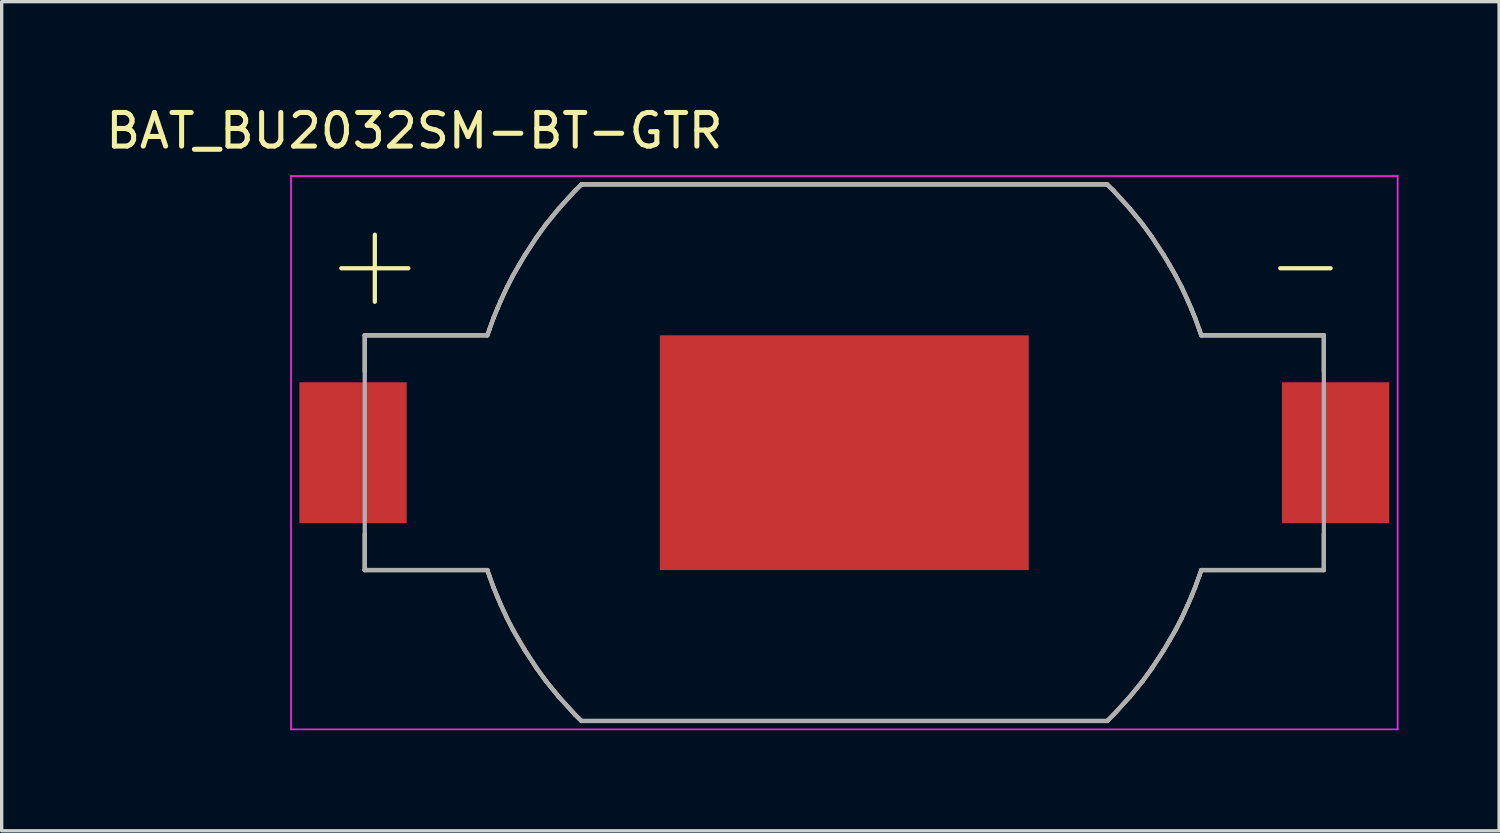
<source format=kicad_pcb>
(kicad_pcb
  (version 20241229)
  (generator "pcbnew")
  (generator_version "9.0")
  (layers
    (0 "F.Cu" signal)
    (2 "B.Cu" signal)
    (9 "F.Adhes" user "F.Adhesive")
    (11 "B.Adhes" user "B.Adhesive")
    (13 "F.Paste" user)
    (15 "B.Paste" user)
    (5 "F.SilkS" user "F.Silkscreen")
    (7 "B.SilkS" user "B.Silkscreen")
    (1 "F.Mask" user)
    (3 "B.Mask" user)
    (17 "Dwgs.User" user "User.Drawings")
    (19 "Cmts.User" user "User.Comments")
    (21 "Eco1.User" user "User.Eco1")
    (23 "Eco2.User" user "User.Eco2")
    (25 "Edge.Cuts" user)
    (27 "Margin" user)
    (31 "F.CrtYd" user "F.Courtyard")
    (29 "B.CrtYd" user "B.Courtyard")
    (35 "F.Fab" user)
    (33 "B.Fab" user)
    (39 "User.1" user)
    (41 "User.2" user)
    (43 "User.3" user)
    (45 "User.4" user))
  (footprint "BAT_BU2032SM-BT-GTR"
    (layer "F.Cu")
    (at 22.127 10.449)
    (property "Reference" "BAT_BU2032SM-BT-GTR" (at -12.819 -9.599 0) (layer "F.SilkS") (effects (font (size 1.002 1.002) (thickness 0.15))))
    (attr through_hole)
    (fp_poly (pts (xy -5.5 -3.5) (xy 5.5 -3.5) (xy 5.5 3.5) (xy -5.5 3.5)) (stroke (width 0.0001) (type solid)) (fill yes) (layer "F.Cu"))
    (fp_poly (pts (xy -5.6 -3.6) (xy 5.6 -3.6) (xy 5.6 3.6) (xy -5.6 3.6)) (stroke (width 0.0001) (type solid)) (fill yes) (layer "F.Mask"))
    (fp_line (start -15 -5.5) (end -13 -5.5) (stroke (width 0.127) (type solid)) (layer "F.SilkS"))
    (fp_line (start -14.3 -3.5) (end -10.645 -3.5) (stroke (width 0.127) (type solid)) (layer "F.SilkS"))
    (fp_line (start -14.3 -2.42) (end -14.3 -3.5) (stroke (width 0.127) (type solid)) (layer "F.SilkS"))
    (fp_line (start -14.3 2.42) (end -14.3 3.5) (stroke (width 0.127) (type solid)) (layer "F.SilkS"))
    (fp_line (start -14.3 3.5) (end -10.645 3.5) (stroke (width 0.127) (type solid)) (layer "F.SilkS"))
    (fp_line (start -14 -6.5) (end -14 -4.5) (stroke (width 0.127) (type solid)) (layer "F.SilkS"))
    (fp_line (start -10.645 -3.5) (end -10.581 -3.681) (stroke (width 0.127) (type solid)) (layer "F.SilkS"))
    (fp_line (start -10.645 3.5) (end -10.581 3.681) (stroke (width 0.127) (type solid)) (layer "F.SilkS"))
    (fp_line (start -10.581 -3.681) (end -10.458 -4.024) (stroke (width 0.127) (type solid)) (layer "F.SilkS"))
    (fp_line (start -10.581 3.681) (end -10.458 4.024) (stroke (width 0.127) (type solid)) (layer "F.SilkS"))
    (fp_line (start -10.458 -4.024) (end -10.35 -4.287) (stroke (width 0.127) (type solid)) (layer "F.SilkS"))
    (fp_line (start -10.458 4.024) (end -10.35 4.287) (stroke (width 0.127) (type solid)) (layer "F.SilkS"))
    (fp_line (start -10.35 -4.287) (end -10.242 -4.538) (stroke (width 0.127) (type solid)) (layer "F.SilkS"))
    (fp_line (start -10.35 4.287) (end -10.242 4.538) (stroke (width 0.127) (type solid)) (layer "F.SilkS"))
    (fp_line (start -10.242 -4.538) (end -10.058 -4.937) (stroke (width 0.127) (type solid)) (layer "F.SilkS"))
    (fp_line (start -10.242 4.538) (end -10.058 4.937) (stroke (width 0.127) (type solid)) (layer "F.SilkS"))
    (fp_line (start -10.058 -4.937) (end -9.88 -5.282) (stroke (width 0.127) (type solid)) (layer "F.SilkS"))
    (fp_line (start -10.058 4.937) (end -9.88 5.282) (stroke (width 0.127) (type solid)) (layer "F.SilkS"))
    (fp_line (start -9.88 -5.282) (end -9.7 -5.594) (stroke (width 0.127) (type solid)) (layer "F.SilkS"))
    (fp_line (start -9.88 5.282) (end -9.7 5.594) (stroke (width 0.127) (type solid)) (layer "F.SilkS"))
    (fp_line (start -9.7 -5.594) (end -9.524 -5.892) (stroke (width 0.127) (type solid)) (layer "F.SilkS"))
    (fp_line (start -9.7 5.594) (end -9.524 5.892) (stroke (width 0.127) (type solid)) (layer "F.SilkS"))
    (fp_line (start -9.524 -5.892) (end -9.168 -6.436) (stroke (width 0.127) (type solid)) (layer "F.SilkS"))
    (fp_line (start -9.524 5.892) (end -9.168 6.436) (stroke (width 0.127) (type solid)) (layer "F.SilkS"))
    (fp_line (start -9.168 -6.436) (end -8.897 -6.809) (stroke (width 0.127) (type solid)) (layer "F.SilkS"))
    (fp_line (start -9.168 6.436) (end -8.897 6.809) (stroke (width 0.127) (type solid)) (layer "F.SilkS"))
    (fp_line (start -8.897 -6.809) (end -8.516 -7.277) (stroke (width 0.127) (type solid)) (layer "F.SilkS"))
    (fp_line (start -8.897 6.809) (end -8.516 7.277) (stroke (width 0.127) (type solid)) (layer "F.SilkS"))
    (fp_line (start -8.516 -7.277) (end -8.022 -7.82) (stroke (width 0.127) (type solid)) (layer "F.SilkS"))
    (fp_line (start -8.516 7.277) (end -8.022 7.82) (stroke (width 0.127) (type solid)) (layer "F.SilkS"))
    (fp_line (start -8.022 -7.82) (end -7.838 -8) (stroke (width 0.127) (type solid)) (layer "F.SilkS"))
    (fp_line (start -8.022 7.82) (end -7.838 8) (stroke (width 0.127) (type solid)) (layer "F.SilkS"))
    (fp_line (start -7.835 -8) (end 7.835 -8) (stroke (width 0.127) (type solid)) (layer "F.SilkS"))
    (fp_line (start -7.835 8) (end 7.835 8) (stroke (width 0.127) (type solid)) (layer "F.SilkS"))
    (fp_line (start 8.022 -7.82) (end 7.838 -8) (stroke (width 0.127) (type solid)) (layer "F.SilkS"))
    (fp_line (start 8.022 7.82) (end 7.838 8) (stroke (width 0.127) (type solid)) (layer "F.SilkS"))
    (fp_line (start 8.516 -7.277) (end 8.022 -7.82) (stroke (width 0.127) (type solid)) (layer "F.SilkS"))
    (fp_line (start 8.516 7.277) (end 8.022 7.82) (stroke (width 0.127) (type solid)) (layer "F.SilkS"))
    (fp_line (start 8.897 -6.809) (end 8.516 -7.277) (stroke (width 0.127) (type solid)) (layer "F.SilkS"))
    (fp_line (start 8.897 6.809) (end 8.516 7.277) (stroke (width 0.127) (type solid)) (layer "F.SilkS"))
    (fp_line (start 9.168 -6.436) (end 8.897 -6.809) (stroke (width 0.127) (type solid)) (layer "F.SilkS"))
    (fp_line (start 9.168 6.436) (end 8.897 6.809) (stroke (width 0.127) (type solid)) (layer "F.SilkS"))
    (fp_line (start 9.524 -5.892) (end 9.168 -6.436) (stroke (width 0.127) (type solid)) (layer "F.SilkS"))
    (fp_line (start 9.524 5.892) (end 9.168 6.436) (stroke (width 0.127) (type solid)) (layer "F.SilkS"))
    (fp_line (start 9.7 -5.594) (end 9.524 -5.892) (stroke (width 0.127) (type solid)) (layer "F.SilkS"))
    (fp_line (start 9.7 5.594) (end 9.524 5.892) (stroke (width 0.127) (type solid)) (layer "F.SilkS"))
    (fp_line (start 9.88 -5.282) (end 9.7 -5.594) (stroke (width 0.127) (type solid)) (layer "F.SilkS"))
    (fp_line (start 9.88 5.282) (end 9.7 5.594) (stroke (width 0.127) (type solid)) (layer "F.SilkS"))
    (fp_line (start 10.058 -4.937) (end 9.88 -5.282) (stroke (width 0.127) (type solid)) (layer "F.SilkS"))
    (fp_line (start 10.058 4.937) (end 9.88 5.282) (stroke (width 0.127) (type solid)) (layer "F.SilkS"))
    (fp_line (start 10.242 -4.538) (end 10.058 -4.937) (stroke (width 0.127) (type solid)) (layer "F.SilkS"))
    (fp_line (start 10.242 4.538) (end 10.058 4.937) (stroke (width 0.127) (type solid)) (layer "F.SilkS"))
    (fp_line (start 10.35 -4.287) (end 10.242 -4.538) (stroke (width 0.127) (type solid)) (layer "F.SilkS"))
    (fp_line (start 10.35 4.287) (end 10.242 4.538) (stroke (width 0.127) (type solid)) (layer "F.SilkS"))
    (fp_line (start 10.458 -4.024) (end 10.35 -4.287) (stroke (width 0.127) (type solid)) (layer "F.SilkS"))
    (fp_line (start 10.458 4.024) (end 10.35 4.287) (stroke (width 0.127) (type solid)) (layer "F.SilkS"))
    (fp_line (start 10.581 -3.681) (end 10.458 -4.024) (stroke (width 0.127) (type solid)) (layer "F.SilkS"))
    (fp_line (start 10.581 3.681) (end 10.458 4.024) (stroke (width 0.127) (type solid)) (layer "F.SilkS"))
    (fp_line (start 10.645 -3.5) (end 10.581 -3.681) (stroke (width 0.127) (type solid)) (layer "F.SilkS"))
    (fp_line (start 10.645 3.5) (end 10.581 3.681) (stroke (width 0.127) (type solid)) (layer "F.SilkS"))
    (fp_line (start 13 -5.5) (end 14.5 -5.5) (stroke (width 0.127) (type solid)) (layer "F.SilkS"))
    (fp_line (start 14.3 -3.5) (end 10.645 -3.5) (stroke (width 0.127) (type solid)) (layer "F.SilkS"))
    (fp_line (start 14.3 -2.42) (end 14.3 -3.5) (stroke (width 0.127) (type solid)) (layer "F.SilkS"))
    (fp_line (start 14.3 2.42) (end 14.3 3.5) (stroke (width 0.127) (type solid)) (layer "F.SilkS"))
    (fp_line (start 14.3 3.5) (end 10.645 3.5) (stroke (width 0.127) (type solid)) (layer "F.SilkS"))
    (fp_line (start -16.5 -8.25) (end -16.5 8.25) (stroke (width 0.05) (type solid)) (layer "F.CrtYd"))
    (fp_line (start -16.5 8.25) (end 16.5 8.25) (stroke (width 0.05) (type solid)) (layer "F.CrtYd"))
    (fp_line (start 16.5 -8.25) (end -16.5 -8.25) (stroke (width 0.05) (type solid)) (layer "F.CrtYd"))
    (fp_line (start 16.5 8.25) (end 16.5 -8.25) (stroke (width 0.05) (type solid)) (layer "F.CrtYd"))
    (fp_line (start -14.3 -3.5) (end -10.645 -3.5) (stroke (width 0.127) (type solid)) (layer "F.Fab"))
    (fp_line (start -14.3 3.5) (end -14.3 -3.5) (stroke (width 0.127) (type solid)) (layer "F.Fab"))
    (fp_line (start -14.3 3.5) (end -10.645 3.5) (stroke (width 0.127) (type solid)) (layer "F.Fab"))
    (fp_line (start -10.645 -3.5) (end -10.581 -3.681) (stroke (width 0.127) (type solid)) (layer "F.Fab"))
    (fp_line (start -10.645 3.5) (end -10.581 3.681) (stroke (width 0.127) (type solid)) (layer "F.Fab"))
    (fp_line (start -10.581 -3.681) (end -10.458 -4.024) (stroke (width 0.127) (type solid)) (layer "F.Fab"))
    (fp_line (start -10.581 3.681) (end -10.458 4.024) (stroke (width 0.127) (type solid)) (layer "F.Fab"))
    (fp_line (start -10.458 -4.024) (end -10.35 -4.287) (stroke (width 0.127) (type solid)) (layer "F.Fab"))
    (fp_line (start -10.458 4.024) (end -10.35 4.287) (stroke (width 0.127) (type solid)) (layer "F.Fab"))
    (fp_line (start -10.35 -4.287) (end -10.242 -4.538) (stroke (width 0.127) (type solid)) (layer "F.Fab"))
    (fp_line (start -10.35 4.287) (end -10.242 4.538) (stroke (width 0.127) (type solid)) (layer "F.Fab"))
    (fp_line (start -10.242 -4.538) (end -10.058 -4.937) (stroke (width 0.127) (type solid)) (layer "F.Fab"))
    (fp_line (start -10.242 4.538) (end -10.058 4.937) (stroke (width 0.127) (type solid)) (layer "F.Fab"))
    (fp_line (start -10.058 -4.937) (end -9.88 -5.282) (stroke (width 0.127) (type solid)) (layer "F.Fab"))
    (fp_line (start -10.058 4.937) (end -9.88 5.282) (stroke (width 0.127) (type solid)) (layer "F.Fab"))
    (fp_line (start -9.88 -5.282) (end -9.7 -5.594) (stroke (width 0.127) (type solid)) (layer "F.Fab"))
    (fp_line (start -9.88 5.282) (end -9.7 5.594) (stroke (width 0.127) (type solid)) (layer "F.Fab"))
    (fp_line (start -9.7 -5.594) (end -9.524 -5.892) (stroke (width 0.127) (type solid)) (layer "F.Fab"))
    (fp_line (start -9.7 5.594) (end -9.524 5.892) (stroke (width 0.127) (type solid)) (layer "F.Fab"))
    (fp_line (start -9.524 -5.892) (end -9.168 -6.436) (stroke (width 0.127) (type solid)) (layer "F.Fab"))
    (fp_line (start -9.524 5.892) (end -9.168 6.436) (stroke (width 0.127) (type solid)) (layer "F.Fab"))
    (fp_line (start -9.168 -6.436) (end -8.897 -6.809) (stroke (width 0.127) (type solid)) (layer "F.Fab"))
    (fp_line (start -9.168 6.436) (end -8.897 6.809) (stroke (width 0.127) (type solid)) (layer "F.Fab"))
    (fp_line (start -8.897 -6.809) (end -8.516 -7.277) (stroke (width 0.127) (type solid)) (layer "F.Fab"))
    (fp_line (start -8.897 6.809) (end -8.516 7.277) (stroke (width 0.127) (type solid)) (layer "F.Fab"))
    (fp_line (start -8.516 -7.277) (end -8.022 -7.82) (stroke (width 0.127) (type solid)) (layer "F.Fab"))
    (fp_line (start -8.516 7.277) (end -8.022 7.82) (stroke (width 0.127) (type solid)) (layer "F.Fab"))
    (fp_line (start -8.022 -7.82) (end -7.838 -8) (stroke (width 0.127) (type solid)) (layer "F.Fab"))
    (fp_line (start -8.022 7.82) (end -7.838 8) (stroke (width 0.127) (type solid)) (layer "F.Fab"))
    (fp_line (start -7.835 -8) (end 7.835 -8) (stroke (width 0.127) (type solid)) (layer "F.Fab"))
    (fp_line (start -7.835 8) (end 7.835 8) (stroke (width 0.127) (type solid)) (layer "F.Fab"))
    (fp_line (start 8.022 -7.82) (end 7.838 -8) (stroke (width 0.127) (type solid)) (layer "F.Fab"))
    (fp_line (start 8.022 7.82) (end 7.838 8) (stroke (width 0.127) (type solid)) (layer "F.Fab"))
    (fp_line (start 8.516 -7.277) (end 8.022 -7.82) (stroke (width 0.127) (type solid)) (layer "F.Fab"))
    (fp_line (start 8.516 7.277) (end 8.022 7.82) (stroke (width 0.127) (type solid)) (layer "F.Fab"))
    (fp_line (start 8.897 -6.809) (end 8.516 -7.277) (stroke (width 0.127) (type solid)) (layer "F.Fab"))
    (fp_line (start 8.897 6.809) (end 8.516 7.277) (stroke (width 0.127) (type solid)) (layer "F.Fab"))
    (fp_line (start 9.168 -6.436) (end 8.897 -6.809) (stroke (width 0.127) (type solid)) (layer "F.Fab"))
    (fp_line (start 9.168 6.436) (end 8.897 6.809) (stroke (width 0.127) (type solid)) (layer "F.Fab"))
    (fp_line (start 9.524 -5.892) (end 9.168 -6.436) (stroke (width 0.127) (type solid)) (layer "F.Fab"))
    (fp_line (start 9.524 5.892) (end 9.168 6.436) (stroke (width 0.127) (type solid)) (layer "F.Fab"))
    (fp_line (start 9.7 -5.594) (end 9.524 -5.892) (stroke (width 0.127) (type solid)) (layer "F.Fab"))
    (fp_line (start 9.7 5.594) (end 9.524 5.892) (stroke (width 0.127) (type solid)) (layer "F.Fab"))
    (fp_line (start 9.88 -5.282) (end 9.7 -5.594) (stroke (width 0.127) (type solid)) (layer "F.Fab"))
    (fp_line (start 9.88 5.282) (end 9.7 5.594) (stroke (width 0.127) (type solid)) (layer "F.Fab"))
    (fp_line (start 10.058 -4.937) (end 9.88 -5.282) (stroke (width 0.127) (type solid)) (layer "F.Fab"))
    (fp_line (start 10.058 4.937) (end 9.88 5.282) (stroke (width 0.127) (type solid)) (layer "F.Fab"))
    (fp_line (start 10.242 -4.538) (end 10.058 -4.937) (stroke (width 0.127) (type solid)) (layer "F.Fab"))
    (fp_line (start 10.242 4.538) (end 10.058 4.937) (stroke (width 0.127) (type solid)) (layer "F.Fab"))
    (fp_line (start 10.35 -4.287) (end 10.242 -4.538) (stroke (width 0.127) (type solid)) (layer "F.Fab"))
    (fp_line (start 10.35 4.287) (end 10.242 4.538) (stroke (width 0.127) (type solid)) (layer "F.Fab"))
    (fp_line (start 10.458 -4.024) (end 10.35 -4.287) (stroke (width 0.127) (type solid)) (layer "F.Fab"))
    (fp_line (start 10.458 4.024) (end 10.35 4.287) (stroke (width 0.127) (type solid)) (layer "F.Fab"))
    (fp_line (start 10.581 -3.681) (end 10.458 -4.024) (stroke (width 0.127) (type solid)) (layer "F.Fab"))
    (fp_line (start 10.581 3.681) (end 10.458 4.024) (stroke (width 0.127) (type solid)) (layer "F.Fab"))
    (fp_line (start 10.645 -3.5) (end 10.581 -3.681) (stroke (width 0.127) (type solid)) (layer "F.Fab"))
    (fp_line (start 10.645 3.5) (end 10.581 3.681) (stroke (width 0.127) (type solid)) (layer "F.Fab"))
    (fp_line (start 14.3 -3.5) (end 10.645 -3.5) (stroke (width 0.127) (type solid)) (layer "F.Fab"))
    (fp_line (start 14.3 3.5) (end 10.645 3.5) (stroke (width 0.127) (type solid)) (layer "F.Fab"))
    (fp_line (start 14.3 3.5) (end 14.3 -3.5) (stroke (width 0.127) (type solid)) (layer "F.Fab"))
    (pad "+" smd rect (at -14.65 0) (size 3.2 4.2) (layers "F.Cu" "F.Mask" "F.Paste"))
    (pad "-" smd rect (at 14.65 0) (size 3.2 4.2) (layers "F.Cu" "F.Mask" "F.Paste")))
  (gr_rect
    (start -3 -3)
    (end 41.652 21.724)
    (stroke (width 0.1) (type default))
    (fill no)
    (layer "Edge.Cuts")))
</source>
